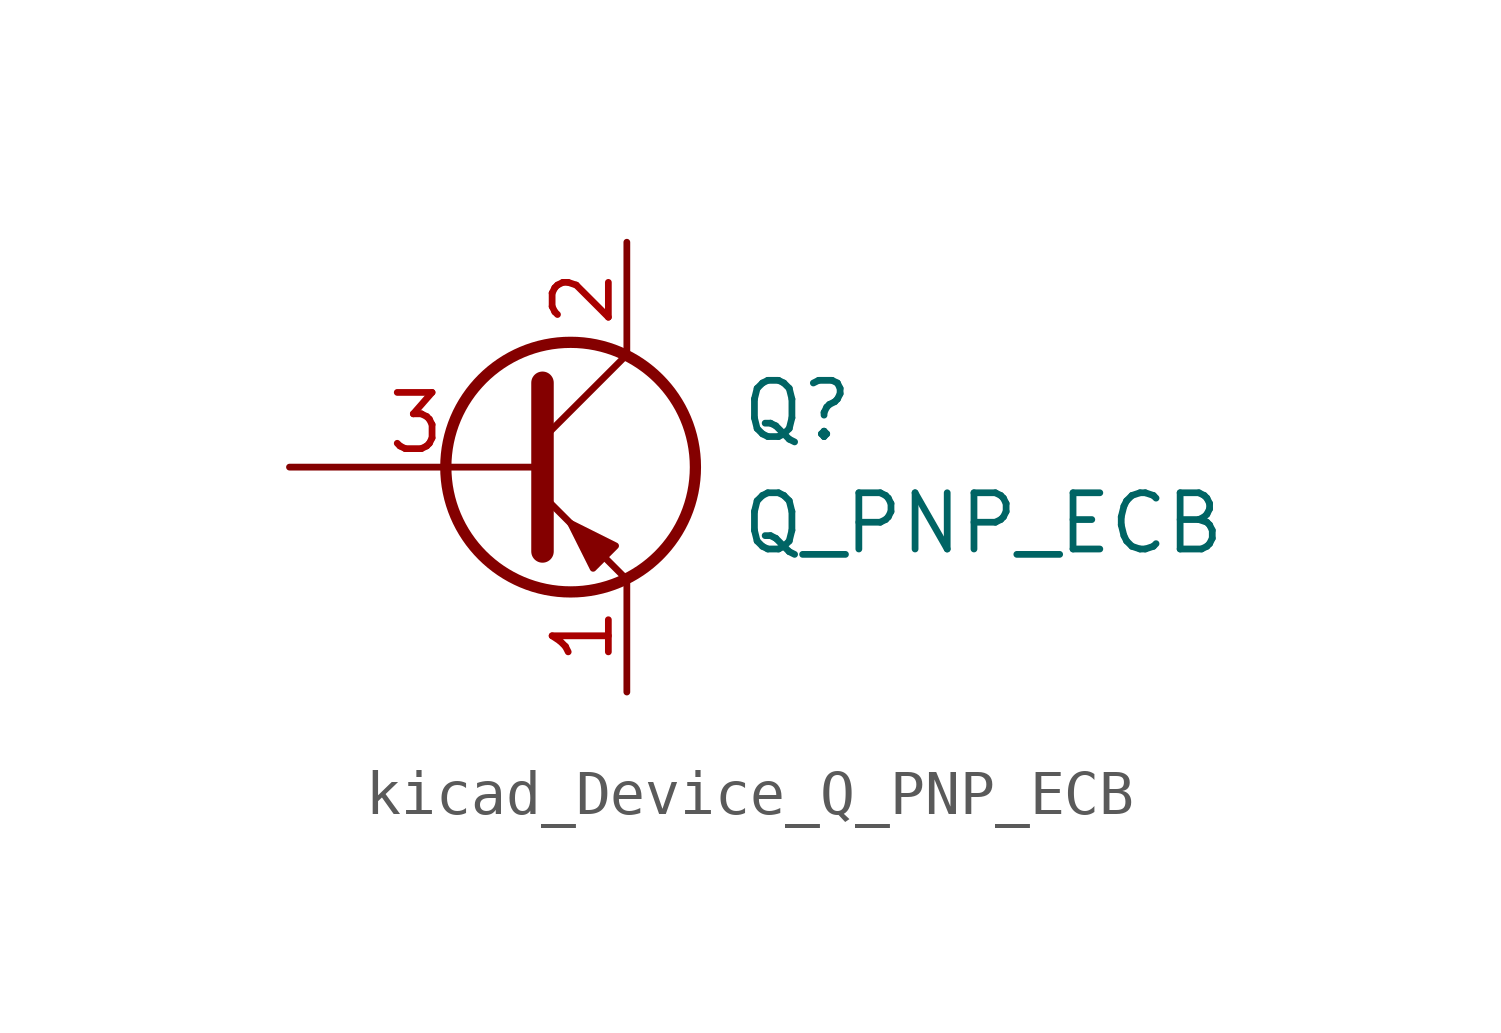
<source format=kicad_sym>
(kicad_symbol_lib
  (version 20220914)
  (generator kicad_symbol_editor)
  (symbol "kicad_Device_Q_PNP_ECB"
    (pin_names
      (offset 0) hide)
    (property "Reference" "Q"
      (at 5.08 1.27 0)
      (effects (font (size 1.27 1.27)) (justify left)))
    (property "Value" "Q_PNP_ECB"
      (at 5.08 -1.27 0)
      (effects (font (size 1.27 1.27)) (justify left)))
    (symbol "kicad_Device_Q_PNP_ECB_0_1"
      (polyline (pts (xy 0.635 0.635) (xy 2.54 2.54)) (stroke (width 0) (type default)) (fill (type none)))
      (polyline (pts (xy 0.635 -0.635) (xy 2.54 -2.54) (xy 2.54 -2.54)) (stroke (width 0) (type default)) (fill (type none)))
      (polyline (pts (xy 0.635 1.905) (xy 0.635 -1.905) (xy 0.635 -1.905)) (stroke (width 0.508) (type default)) (fill (type none)))
      (polyline (pts (xy 2.286 -1.778) (xy 1.778 -2.286) (xy 1.27 -1.27) (xy 2.286 -1.778) (xy 2.286 -1.778)) (stroke (width 0) (type default)) (fill (type outline)))
      (circle (center 1.27 0) (radius 2.819) (stroke (width 0.254) (type default)) (fill (type none))))
    (symbol "kicad_Device_Q_PNP_ECB_1_1"
      (pin passive line (at 2.54 -5.08 90) (length 2.54) (name "E" (effects (font (size 1.27 1.27)))) (number "1" (effects (font (size 1.27 1.27)))))
      (pin passive line (at 2.54 5.08 270) (length 2.54) (name "C" (effects (font (size 1.27 1.27)))) (number "2" (effects (font (size 1.27 1.27)))))
      (pin input line (at -5.08 0 0) (length 5.715) (name "B" (effects (font (size 1.27 1.27)))) (number "3" (effects (font (size 1.27 1.27))))))))
</source>
